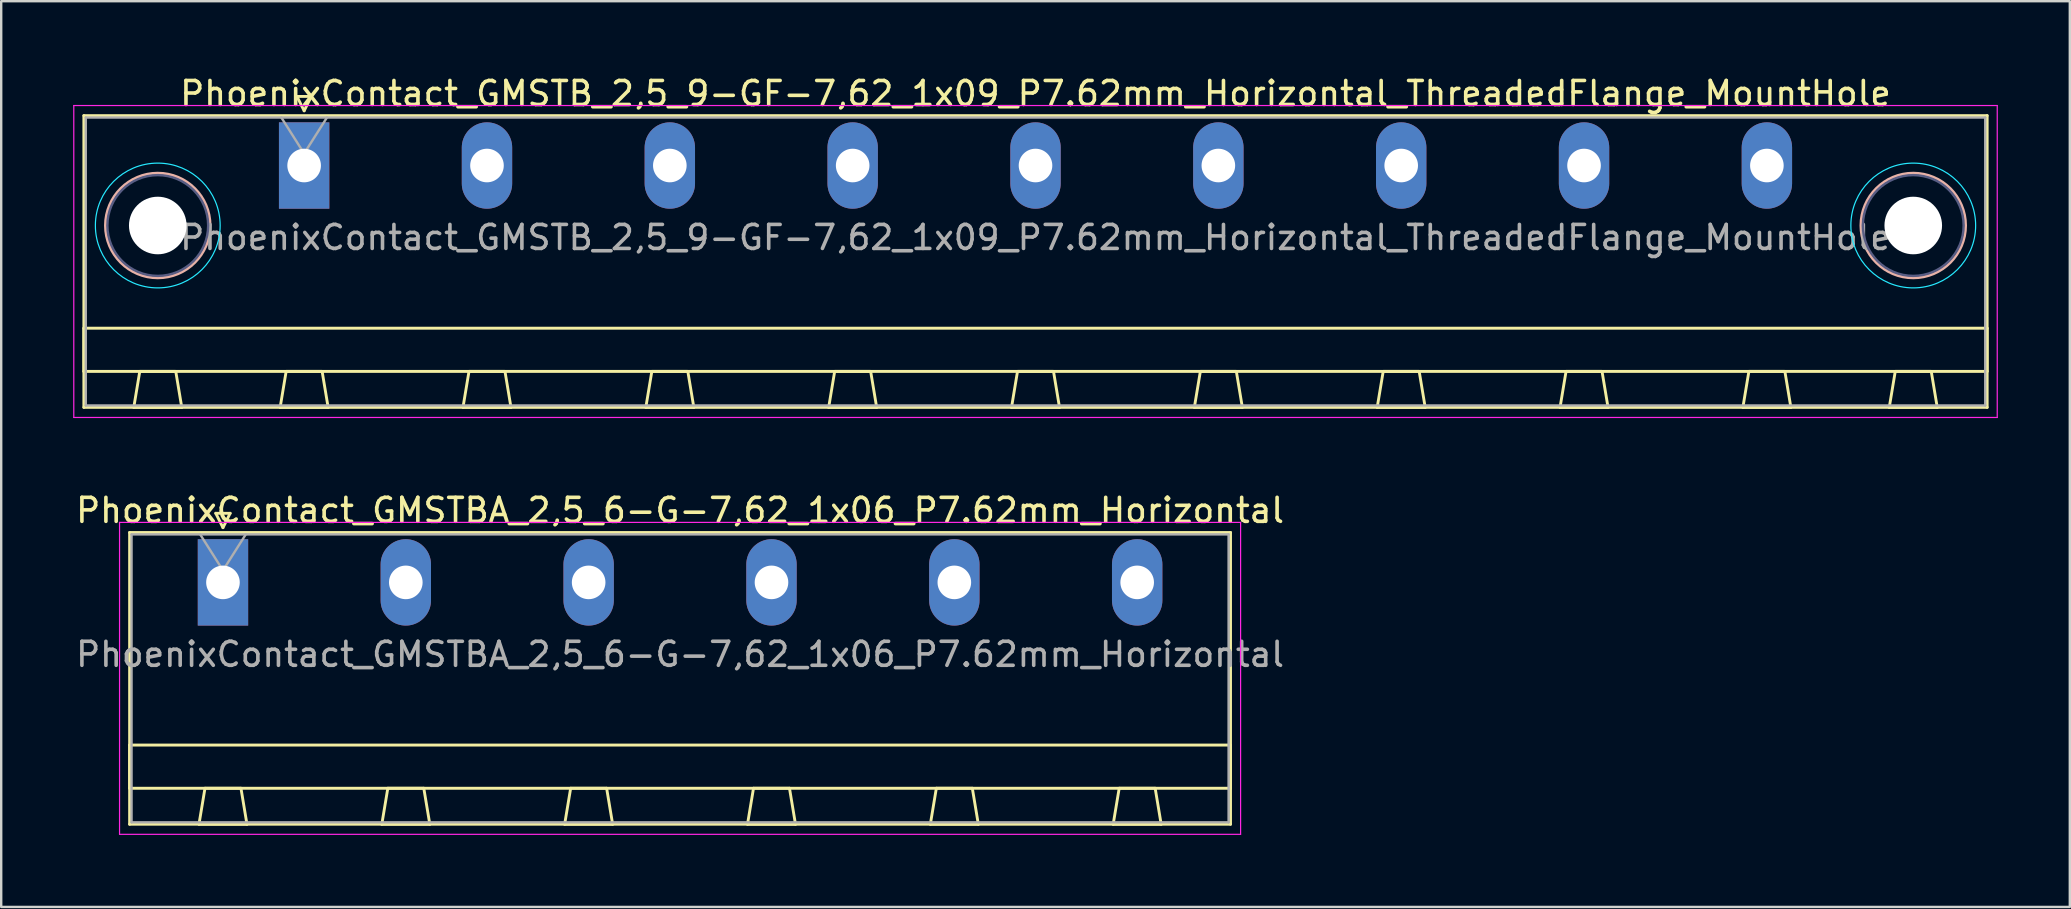
<source format=kicad_pcb>
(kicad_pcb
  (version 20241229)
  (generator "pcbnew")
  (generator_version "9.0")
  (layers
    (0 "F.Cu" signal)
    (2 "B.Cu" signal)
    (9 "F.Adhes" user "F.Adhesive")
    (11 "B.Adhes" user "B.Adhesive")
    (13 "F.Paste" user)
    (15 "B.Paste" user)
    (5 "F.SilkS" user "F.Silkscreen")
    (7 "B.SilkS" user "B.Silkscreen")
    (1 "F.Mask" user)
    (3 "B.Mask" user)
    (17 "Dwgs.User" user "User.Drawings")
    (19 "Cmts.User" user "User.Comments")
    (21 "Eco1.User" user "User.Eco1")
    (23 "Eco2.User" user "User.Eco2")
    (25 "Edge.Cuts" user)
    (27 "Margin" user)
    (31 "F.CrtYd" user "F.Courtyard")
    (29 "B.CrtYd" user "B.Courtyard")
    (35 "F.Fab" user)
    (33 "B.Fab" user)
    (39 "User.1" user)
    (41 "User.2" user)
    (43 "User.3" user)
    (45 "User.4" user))
  (footprint "PhoenixContact_GMSTB_2,5_9-GF-7,62_1x09_P7.62mm_Horizontal_ThreadedFlange_MountHole"
    (layer "F.Cu")
    (at 9.625 3.848)
    (property "Reference" "PhoenixContact_GMSTB_2,5_9-GF-7,62_1x09_P7.62mm_Horizontal_ThreadedFlange_MountHole" (at 30.48 -3 0) (layer "F.SilkS") (effects (font (size 1 1) (thickness 0.15))))
    (attr through_hole)
    (fp_line (start -9.18 -2.08) (end -9.18 10.08) (stroke (width 0.12) (type solid)) (layer "F.SilkS"))
    (fp_line (start -9.18 6.78) (end 70.14 6.78) (stroke (width 0.12) (type solid)) (layer "F.SilkS"))
    (fp_line (start -9.18 8.58) (end -9.18 6.78) (stroke (width 0.12) (type solid)) (layer "F.SilkS"))
    (fp_line (start -9.18 10.08) (end 70.14 10.08) (stroke (width 0.12) (type solid)) (layer "F.SilkS"))
    (fp_line (start -7.1 10.08) (end -5.1 10.08) (stroke (width 0.12) (type solid)) (layer "F.SilkS"))
    (fp_line (start -6.85 8.58) (end -7.1 10.08) (stroke (width 0.12) (type solid)) (layer "F.SilkS"))
    (fp_line (start -5.35 8.58) (end -6.85 8.58) (stroke (width 0.12) (type solid)) (layer "F.SilkS"))
    (fp_line (start -5.1 10.08) (end -5.35 8.58) (stroke (width 0.12) (type solid)) (layer "F.SilkS"))
    (fp_line (start -1 10.08) (end 1 10.08) (stroke (width 0.12) (type solid)) (layer "F.SilkS"))
    (fp_line (start -0.75 8.58) (end -1 10.08) (stroke (width 0.12) (type solid)) (layer "F.SilkS"))
    (fp_line (start -0.3 -2.88) (end 0.3 -2.88) (stroke (width 0.12) (type solid)) (layer "F.SilkS"))
    (fp_line (start 0 -2.28) (end -0.3 -2.88) (stroke (width 0.12) (type solid)) (layer "F.SilkS"))
    (fp_line (start 0.3 -2.88) (end 0 -2.28) (stroke (width 0.12) (type solid)) (layer "F.SilkS"))
    (fp_line (start 0.75 8.58) (end -0.75 8.58) (stroke (width 0.12) (type solid)) (layer "F.SilkS"))
    (fp_line (start 1 10.08) (end 0.75 8.58) (stroke (width 0.12) (type solid)) (layer "F.SilkS"))
    (fp_line (start 6.62 10.08) (end 8.62 10.08) (stroke (width 0.12) (type solid)) (layer "F.SilkS"))
    (fp_line (start 6.87 8.58) (end 6.62 10.08) (stroke (width 0.12) (type solid)) (layer "F.SilkS"))
    (fp_line (start 8.37 8.58) (end 6.87 8.58) (stroke (width 0.12) (type solid)) (layer "F.SilkS"))
    (fp_line (start 8.62 10.08) (end 8.37 8.58) (stroke (width 0.12) (type solid)) (layer "F.SilkS"))
    (fp_line (start 14.24 10.08) (end 16.24 10.08) (stroke (width 0.12) (type solid)) (layer "F.SilkS"))
    (fp_line (start 14.49 8.58) (end 14.24 10.08) (stroke (width 0.12) (type solid)) (layer "F.SilkS"))
    (fp_line (start 15.99 8.58) (end 14.49 8.58) (stroke (width 0.12) (type solid)) (layer "F.SilkS"))
    (fp_line (start 16.24 10.08) (end 15.99 8.58) (stroke (width 0.12) (type solid)) (layer "F.SilkS"))
    (fp_line (start 21.86 10.08) (end 23.86 10.08) (stroke (width 0.12) (type solid)) (layer "F.SilkS"))
    (fp_line (start 22.11 8.58) (end 21.86 10.08) (stroke (width 0.12) (type solid)) (layer "F.SilkS"))
    (fp_line (start 23.61 8.58) (end 22.11 8.58) (stroke (width 0.12) (type solid)) (layer "F.SilkS"))
    (fp_line (start 23.86 10.08) (end 23.61 8.58) (stroke (width 0.12) (type solid)) (layer "F.SilkS"))
    (fp_line (start 29.48 10.08) (end 31.48 10.08) (stroke (width 0.12) (type solid)) (layer "F.SilkS"))
    (fp_line (start 29.73 8.58) (end 29.48 10.08) (stroke (width 0.12) (type solid)) (layer "F.SilkS"))
    (fp_line (start 31.23 8.58) (end 29.73 8.58) (stroke (width 0.12) (type solid)) (layer "F.SilkS"))
    (fp_line (start 31.48 10.08) (end 31.23 8.58) (stroke (width 0.12) (type solid)) (layer "F.SilkS"))
    (fp_line (start 37.1 10.08) (end 39.1 10.08) (stroke (width 0.12) (type solid)) (layer "F.SilkS"))
    (fp_line (start 37.35 8.58) (end 37.1 10.08) (stroke (width 0.12) (type solid)) (layer "F.SilkS"))
    (fp_line (start 38.85 8.58) (end 37.35 8.58) (stroke (width 0.12) (type solid)) (layer "F.SilkS"))
    (fp_line (start 39.1 10.08) (end 38.85 8.58) (stroke (width 0.12) (type solid)) (layer "F.SilkS"))
    (fp_line (start 44.72 10.08) (end 46.72 10.08) (stroke (width 0.12) (type solid)) (layer "F.SilkS"))
    (fp_line (start 44.97 8.58) (end 44.72 10.08) (stroke (width 0.12) (type solid)) (layer "F.SilkS"))
    (fp_line (start 46.47 8.58) (end 44.97 8.58) (stroke (width 0.12) (type solid)) (layer "F.SilkS"))
    (fp_line (start 46.72 10.08) (end 46.47 8.58) (stroke (width 0.12) (type solid)) (layer "F.SilkS"))
    (fp_line (start 52.34 10.08) (end 54.34 10.08) (stroke (width 0.12) (type solid)) (layer "F.SilkS"))
    (fp_line (start 52.59 8.58) (end 52.34 10.08) (stroke (width 0.12) (type solid)) (layer "F.SilkS"))
    (fp_line (start 54.09 8.58) (end 52.59 8.58) (stroke (width 0.12) (type solid)) (layer "F.SilkS"))
    (fp_line (start 54.34 10.08) (end 54.09 8.58) (stroke (width 0.12) (type solid)) (layer "F.SilkS"))
    (fp_line (start 59.96 10.08) (end 61.96 10.08) (stroke (width 0.12) (type solid)) (layer "F.SilkS"))
    (fp_line (start 60.21 8.58) (end 59.96 10.08) (stroke (width 0.12) (type solid)) (layer "F.SilkS"))
    (fp_line (start 61.71 8.58) (end 60.21 8.58) (stroke (width 0.12) (type solid)) (layer "F.SilkS"))
    (fp_line (start 61.96 10.08) (end 61.71 8.58) (stroke (width 0.12) (type solid)) (layer "F.SilkS"))
    (fp_line (start 66.06 10.08) (end 68.06 10.08) (stroke (width 0.12) (type solid)) (layer "F.SilkS"))
    (fp_line (start 66.31 8.58) (end 66.06 10.08) (stroke (width 0.12) (type solid)) (layer "F.SilkS"))
    (fp_line (start 67.81 8.58) (end 66.31 8.58) (stroke (width 0.12) (type solid)) (layer "F.SilkS"))
    (fp_line (start 68.06 10.08) (end 67.81 8.58) (stroke (width 0.12) (type solid)) (layer "F.SilkS"))
    (fp_line (start 70.14 -2.08) (end -9.18 -2.08) (stroke (width 0.12) (type solid)) (layer "F.SilkS"))
    (fp_line (start 70.14 6.78) (end 70.14 8.58) (stroke (width 0.12) (type solid)) (layer "F.SilkS"))
    (fp_line (start 70.14 8.58) (end -9.18 8.58) (stroke (width 0.12) (type solid)) (layer "F.SilkS"))
    (fp_line (start 70.14 10.08) (end 70.14 -2.08) (stroke (width 0.12) (type solid)) (layer "F.SilkS"))
    (fp_circle (center -6.1 2.5) (end -3.92 2.5) (stroke (width 0.12) (type solid)) (fill no) (layer "B.SilkS"))
    (fp_circle (center 67.06 2.5) (end 69.24 2.5) (stroke (width 0.12) (type solid)) (fill no) (layer "B.SilkS"))
    (fp_circle (center -6.1 2.5) (end -3.5 2.5) (stroke (width 0.05) (type solid)) (fill no) (layer "B.CrtYd"))
    (fp_circle (center 67.06 2.5) (end 69.66 2.5) (stroke (width 0.05) (type solid)) (fill no) (layer "B.CrtYd"))
    (fp_line (start -9.6 -2.5) (end -9.6 10.5) (stroke (width 0.05) (type solid)) (layer "F.CrtYd"))
    (fp_line (start -9.6 10.5) (end 70.56 10.5) (stroke (width 0.05) (type solid)) (layer "F.CrtYd"))
    (fp_line (start 70.56 -2.5) (end -9.6 -2.5) (stroke (width 0.05) (type solid)) (layer "F.CrtYd"))
    (fp_line (start 70.56 10.5) (end 70.56 -2.5) (stroke (width 0.05) (type solid)) (layer "F.CrtYd"))
    (fp_circle (center -6.1 2.5) (end -4 2.5) (stroke (width 0.1) (type solid)) (fill no) (layer "B.Fab"))
    (fp_circle (center 67.06 2.5) (end 69.16 2.5) (stroke (width 0.1) (type solid)) (fill no) (layer "B.Fab"))
    (fp_line (start -9.1 -2) (end -9.1 10) (stroke (width 0.1) (type solid)) (layer "F.Fab"))
    (fp_line (start -9.1 10) (end 70.06 10) (stroke (width 0.1) (type solid)) (layer "F.Fab"))
    (fp_line (start 0 -0.5) (end -0.95 -2) (stroke (width 0.1) (type solid)) (layer "F.Fab"))
    (fp_line (start 0.95 -2) (end 0 -0.5) (stroke (width 0.1) (type solid)) (layer "F.Fab"))
    (fp_line (start 70.06 -2) (end -9.1 -2) (stroke (width 0.1) (type solid)) (layer "F.Fab"))
    (fp_line (start 70.06 10) (end 70.06 -2) (stroke (width 0.1) (type solid)) (layer "F.Fab"))
    (fp_text user "${REFERENCE}" (at 30.48 3 0) (layer "F.Fab") (effects (font (size 1 1) (thickness 0.15))))
    (pad "" np_thru_hole circle (at -6.1 2.5) (size 2.4 2.4) (drill 2.4) (layers "*.Cu" "*.Mask"))
    (pad "" np_thru_hole circle (at 67.06 2.5) (size 2.4 2.4) (drill 2.4) (layers "*.Cu" "*.Mask"))
    (pad "1" thru_hole rect (at 0 0) (size 2.1 3.6) (drill 1.4) (layers "*.Cu" "*.Mask"))
    (pad "2" thru_hole oval (at 7.62 0) (size 2.1 3.6) (drill 1.4) (layers "*.Cu" "*.Mask"))
    (pad "3" thru_hole oval (at 15.24 0) (size 2.1 3.6) (drill 1.4) (layers "*.Cu" "*.Mask"))
    (pad "4" thru_hole oval (at 22.86 0) (size 2.1 3.6) (drill 1.4) (layers "*.Cu" "*.Mask"))
    (pad "5" thru_hole oval (at 30.48 0) (size 2.1 3.6) (drill 1.4) (layers "*.Cu" "*.Mask"))
    (pad "6" thru_hole oval (at 38.1 0) (size 2.1 3.6) (drill 1.4) (layers "*.Cu" "*.Mask"))
    (pad "7" thru_hole oval (at 45.72 0) (size 2.1 3.6) (drill 1.4) (layers "*.Cu" "*.Mask"))
    (pad "8" thru_hole oval (at 53.34 0) (size 2.1 3.6) (drill 1.4) (layers "*.Cu" "*.Mask"))
    (pad "9" thru_hole oval (at 60.96 0) (size 2.1 3.6) (drill 1.4) (layers "*.Cu" "*.Mask")))
  (footprint "PhoenixContact_GMSTBA_2,5_6-G-7,62_1x06_P7.62mm_Horizontal"
    (layer "F.Cu")
    (at 6.242 21.221)
    (property "Reference" "PhoenixContact_GMSTBA_2,5_6-G-7,62_1x06_P7.62mm_Horizontal" (at 19.05 -3 0) (layer "F.SilkS") (effects (font (size 1 1) (thickness 0.15))))
    (attr through_hole)
    (fp_line (start -3.89 -2.08) (end -3.89 10.08) (stroke (width 0.12) (type solid)) (layer "F.SilkS"))
    (fp_line (start -3.89 6.78) (end 41.99 6.78) (stroke (width 0.12) (type solid)) (layer "F.SilkS"))
    (fp_line (start -3.89 8.58) (end -3.89 6.78) (stroke (width 0.12) (type solid)) (layer "F.SilkS"))
    (fp_line (start -3.89 10.08) (end 41.99 10.08) (stroke (width 0.12) (type solid)) (layer "F.SilkS"))
    (fp_line (start -1 10.08) (end 1 10.08) (stroke (width 0.12) (type solid)) (layer "F.SilkS"))
    (fp_line (start -0.75 8.58) (end -1 10.08) (stroke (width 0.12) (type solid)) (layer "F.SilkS"))
    (fp_line (start -0.3 -2.88) (end 0.3 -2.88) (stroke (width 0.12) (type solid)) (layer "F.SilkS"))
    (fp_line (start 0 -2.28) (end -0.3 -2.88) (stroke (width 0.12) (type solid)) (layer "F.SilkS"))
    (fp_line (start 0.3 -2.88) (end 0 -2.28) (stroke (width 0.12) (type solid)) (layer "F.SilkS"))
    (fp_line (start 0.75 8.58) (end -0.75 8.58) (stroke (width 0.12) (type solid)) (layer "F.SilkS"))
    (fp_line (start 1 10.08) (end 0.75 8.58) (stroke (width 0.12) (type solid)) (layer "F.SilkS"))
    (fp_line (start 6.62 10.08) (end 8.62 10.08) (stroke (width 0.12) (type solid)) (layer "F.SilkS"))
    (fp_line (start 6.87 8.58) (end 6.62 10.08) (stroke (width 0.12) (type solid)) (layer "F.SilkS"))
    (fp_line (start 8.37 8.58) (end 6.87 8.58) (stroke (width 0.12) (type solid)) (layer "F.SilkS"))
    (fp_line (start 8.62 10.08) (end 8.37 8.58) (stroke (width 0.12) (type solid)) (layer "F.SilkS"))
    (fp_line (start 14.24 10.08) (end 16.24 10.08) (stroke (width 0.12) (type solid)) (layer "F.SilkS"))
    (fp_line (start 14.49 8.58) (end 14.24 10.08) (stroke (width 0.12) (type solid)) (layer "F.SilkS"))
    (fp_line (start 15.99 8.58) (end 14.49 8.58) (stroke (width 0.12) (type solid)) (layer "F.SilkS"))
    (fp_line (start 16.24 10.08) (end 15.99 8.58) (stroke (width 0.12) (type solid)) (layer "F.SilkS"))
    (fp_line (start 21.86 10.08) (end 23.86 10.08) (stroke (width 0.12) (type solid)) (layer "F.SilkS"))
    (fp_line (start 22.11 8.58) (end 21.86 10.08) (stroke (width 0.12) (type solid)) (layer "F.SilkS"))
    (fp_line (start 23.61 8.58) (end 22.11 8.58) (stroke (width 0.12) (type solid)) (layer "F.SilkS"))
    (fp_line (start 23.86 10.08) (end 23.61 8.58) (stroke (width 0.12) (type solid)) (layer "F.SilkS"))
    (fp_line (start 29.48 10.08) (end 31.48 10.08) (stroke (width 0.12) (type solid)) (layer "F.SilkS"))
    (fp_line (start 29.73 8.58) (end 29.48 10.08) (stroke (width 0.12) (type solid)) (layer "F.SilkS"))
    (fp_line (start 31.23 8.58) (end 29.73 8.58) (stroke (width 0.12) (type solid)) (layer "F.SilkS"))
    (fp_line (start 31.48 10.08) (end 31.23 8.58) (stroke (width 0.12) (type solid)) (layer "F.SilkS"))
    (fp_line (start 37.1 10.08) (end 39.1 10.08) (stroke (width 0.12) (type solid)) (layer "F.SilkS"))
    (fp_line (start 37.35 8.58) (end 37.1 10.08) (stroke (width 0.12) (type solid)) (layer "F.SilkS"))
    (fp_line (start 38.85 8.58) (end 37.35 8.58) (stroke (width 0.12) (type solid)) (layer "F.SilkS"))
    (fp_line (start 39.1 10.08) (end 38.85 8.58) (stroke (width 0.12) (type solid)) (layer "F.SilkS"))
    (fp_line (start 41.99 -2.08) (end -3.89 -2.08) (stroke (width 0.12) (type solid)) (layer "F.SilkS"))
    (fp_line (start 41.99 6.78) (end 41.99 8.58) (stroke (width 0.12) (type solid)) (layer "F.SilkS"))
    (fp_line (start 41.99 8.58) (end -3.89 8.58) (stroke (width 0.12) (type solid)) (layer "F.SilkS"))
    (fp_line (start 41.99 10.08) (end 41.99 -2.08) (stroke (width 0.12) (type solid)) (layer "F.SilkS"))
    (fp_line (start -4.31 -2.5) (end -4.31 10.5) (stroke (width 0.05) (type solid)) (layer "F.CrtYd"))
    (fp_line (start -4.31 10.5) (end 42.41 10.5) (stroke (width 0.05) (type solid)) (layer "F.CrtYd"))
    (fp_line (start 42.41 -2.5) (end -4.31 -2.5) (stroke (width 0.05) (type solid)) (layer "F.CrtYd"))
    (fp_line (start 42.41 10.5) (end 42.41 -2.5) (stroke (width 0.05) (type solid)) (layer "F.CrtYd"))
    (fp_line (start -3.81 -2) (end -3.81 10) (stroke (width 0.1) (type solid)) (layer "F.Fab"))
    (fp_line (start -3.81 10) (end 41.91 10) (stroke (width 0.1) (type solid)) (layer "F.Fab"))
    (fp_line (start 0 -0.5) (end -0.95 -2) (stroke (width 0.1) (type solid)) (layer "F.Fab"))
    (fp_line (start 0.95 -2) (end 0 -0.5) (stroke (width 0.1) (type solid)) (layer "F.Fab"))
    (fp_line (start 41.91 -2) (end -3.81 -2) (stroke (width 0.1) (type solid)) (layer "F.Fab"))
    (fp_line (start 41.91 10) (end 41.91 -2) (stroke (width 0.1) (type solid)) (layer "F.Fab"))
    (fp_text user "${REFERENCE}" (at 19.05 3 0) (layer "F.Fab") (effects (font (size 1 1) (thickness 0.15))))
    (pad "1" thru_hole rect (at 0 0) (size 2.1 3.6) (drill 1.4) (layers "*.Cu" "*.Mask"))
    (pad "2" thru_hole oval (at 7.62 0) (size 2.1 3.6) (drill 1.4) (layers "*.Cu" "*.Mask"))
    (pad "3" thru_hole oval (at 15.24 0) (size 2.1 3.6) (drill 1.4) (layers "*.Cu" "*.Mask"))
    (pad "4" thru_hole oval (at 22.86 0) (size 2.1 3.6) (drill 1.4) (layers "*.Cu" "*.Mask"))
    (pad "5" thru_hole oval (at 30.48 0) (size 2.1 3.6) (drill 1.4) (layers "*.Cu" "*.Mask"))
    (pad "6" thru_hole oval (at 38.1 0) (size 2.1 3.6) (drill 1.4) (layers "*.Cu" "*.Mask")))
  (gr_rect
    (start -3 -3)
    (end 83.21 34.746)
    (stroke (width 0.1) (type default))
    (fill no)
    (layer "Edge.Cuts")))
</source>
